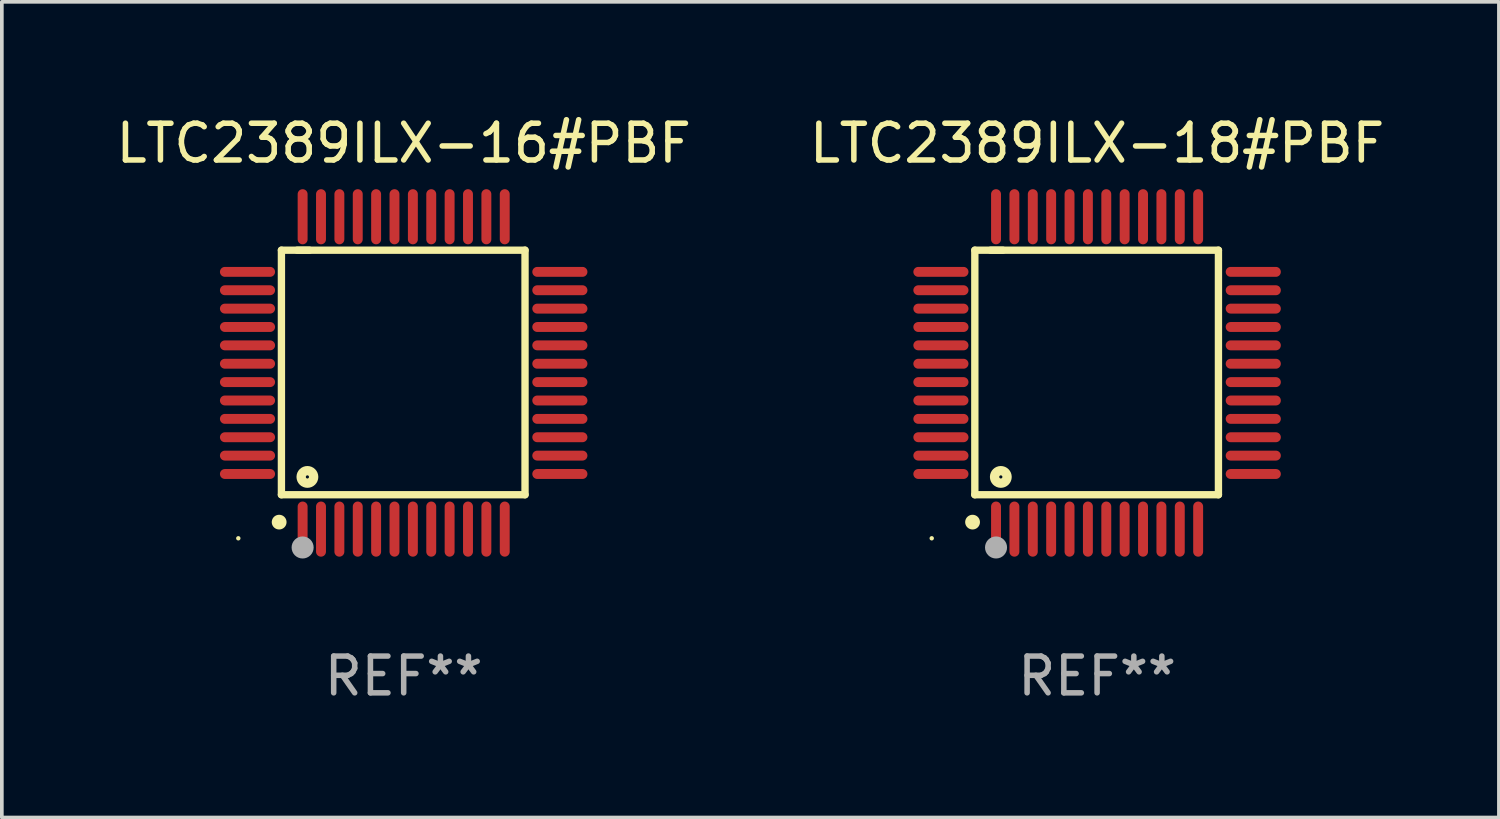
<source format=kicad_pcb>
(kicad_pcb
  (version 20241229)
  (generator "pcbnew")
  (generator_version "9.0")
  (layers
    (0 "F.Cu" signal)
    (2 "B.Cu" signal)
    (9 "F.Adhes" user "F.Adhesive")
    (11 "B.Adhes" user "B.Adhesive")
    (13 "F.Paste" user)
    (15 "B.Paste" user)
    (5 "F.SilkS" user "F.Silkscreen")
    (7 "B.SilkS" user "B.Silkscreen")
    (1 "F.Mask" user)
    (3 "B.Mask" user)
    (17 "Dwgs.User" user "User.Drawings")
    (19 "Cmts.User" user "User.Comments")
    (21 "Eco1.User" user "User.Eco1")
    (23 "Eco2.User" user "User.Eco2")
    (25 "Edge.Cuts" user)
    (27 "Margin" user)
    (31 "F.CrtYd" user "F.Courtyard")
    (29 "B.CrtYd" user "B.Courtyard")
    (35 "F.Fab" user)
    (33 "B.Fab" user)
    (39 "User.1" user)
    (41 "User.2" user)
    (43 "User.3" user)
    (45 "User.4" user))
  (footprint "LTC2389ILX-16#PBF"
    (layer "F.Cu")
    (at 7.935 7.098)
    (property "Reference" "LTC2389ILX-16#PBF" (at 0 -6.25 0) (layer "F.SilkS") (effects (font (size 1 1) (thickness 0.15))))
    (attr through_hole)
    (fp_line (start -3.327 -3.34) (end -2.565 -3.34) (stroke (width 0.2) (type solid)) (layer "F.SilkS"))
    (fp_line (start -3.327 3.315) (end -3.327 -3.34) (stroke (width 0.2) (type solid)) (layer "F.SilkS"))
    (fp_line (start -2.896 -3.34) (end 3.302 -3.34) (stroke (width 0.2) (type solid)) (layer "F.SilkS"))
    (fp_line (start 3.302 -3.34) (end 3.302 3.315) (stroke (width 0.2) (type solid)) (layer "F.SilkS"))
    (fp_line (start 3.302 3.315) (end -3.327 3.315) (stroke (width 0.2) (type solid)) (layer "F.SilkS"))
    (fp_arc (start -3.389992 4.059995) (mid -3.388722 4.059991) (end -3.387452 4.059995) (stroke (width 0.4) (type solid)) (layer "F.SilkS"))
    (fp_circle (center -4.5 4.5) (end -4.47 4.5) (stroke (width 0.06) (type solid)) (fill no) (layer "F.SilkS"))
    (fp_circle (center -2.62 2.83) (end -2.45 2.83) (stroke (width 0.254) (type solid)) (fill no) (layer "F.SilkS"))
    (fp_circle (center -2.75 4.75) (end -2.6 4.75) (stroke (width 0.3) (type solid)) (fill no) (layer "F.Fab"))
    (fp_text user "REF**" (at 0 8.25 0) (layer "F.Fab") (effects (font (size 1 1) (thickness 0.15))))
    (pad "1" smd oval (at -2.75 4.25) (size 0.27 1.5) (layers "F.Cu" "F.Mask" "F.Paste"))
    (pad "2" smd oval (at -2.25 4.25) (size 0.27 1.5) (layers "F.Cu" "F.Mask" "F.Paste"))
    (pad "3" smd oval (at -1.75 4.25) (size 0.27 1.5) (layers "F.Cu" "F.Mask" "F.Paste"))
    (pad "4" smd oval (at -1.25 4.25) (size 0.27 1.5) (layers "F.Cu" "F.Mask" "F.Paste"))
    (pad "5" smd oval (at -0.75 4.25) (size 0.27 1.5) (layers "F.Cu" "F.Mask" "F.Paste"))
    (pad "6" smd oval (at -0.25 4.25) (size 0.27 1.5) (layers "F.Cu" "F.Mask" "F.Paste"))
    (pad "7" smd oval (at 0.25 4.25) (size 0.27 1.5) (layers "F.Cu" "F.Mask" "F.Paste"))
    (pad "8" smd oval (at 0.75 4.25) (size 0.27 1.5) (layers "F.Cu" "F.Mask" "F.Paste"))
    (pad "9" smd oval (at 1.25 4.25) (size 0.27 1.5) (layers "F.Cu" "F.Mask" "F.Paste"))
    (pad "10" smd oval (at 1.75 4.25) (size 0.27 1.5) (layers "F.Cu" "F.Mask" "F.Paste"))
    (pad "11" smd oval (at 2.25 4.25) (size 0.27 1.5) (layers "F.Cu" "F.Mask" "F.Paste"))
    (pad "12" smd oval (at 2.75 4.25) (size 0.27 1.5) (layers "F.Cu" "F.Mask" "F.Paste"))
    (pad "13" smd oval (at 4.25 2.75) (size 1.5 0.27) (layers "F.Cu" "F.Mask" "F.Paste"))
    (pad "14" smd oval (at 4.25 2.25) (size 1.5 0.27) (layers "F.Cu" "F.Mask" "F.Paste"))
    (pad "15" smd oval (at 4.25 1.75) (size 1.5 0.27) (layers "F.Cu" "F.Mask" "F.Paste"))
    (pad "16" smd oval (at 4.25 1.25) (size 1.5 0.27) (layers "F.Cu" "F.Mask" "F.Paste"))
    (pad "17" smd oval (at 4.25 0.75) (size 1.5 0.27) (layers "F.Cu" "F.Mask" "F.Paste"))
    (pad "18" smd oval (at 4.25 0.25) (size 1.5 0.27) (layers "F.Cu" "F.Mask" "F.Paste"))
    (pad "19" smd oval (at 4.25 -0.25) (size 1.5 0.27) (layers "F.Cu" "F.Mask" "F.Paste"))
    (pad "20" smd oval (at 4.25 -0.75) (size 1.5 0.27) (layers "F.Cu" "F.Mask" "F.Paste"))
    (pad "21" smd oval (at 4.25 -1.25) (size 1.5 0.27) (layers "F.Cu" "F.Mask" "F.Paste"))
    (pad "22" smd oval (at 4.25 -1.75) (size 1.5 0.27) (layers "F.Cu" "F.Mask" "F.Paste"))
    (pad "23" smd oval (at 4.25 -2.25) (size 1.5 0.27) (layers "F.Cu" "F.Mask" "F.Paste"))
    (pad "24" smd oval (at 4.25 -2.75) (size 1.5 0.27) (layers "F.Cu" "F.Mask" "F.Paste"))
    (pad "25" smd oval (at 2.75 -4.25) (size 0.27 1.5) (layers "F.Cu" "F.Mask" "F.Paste"))
    (pad "26" smd oval (at 2.25 -4.25) (size 0.27 1.5) (layers "F.Cu" "F.Mask" "F.Paste"))
    (pad "27" smd oval (at 1.75 -4.25) (size 0.27 1.5) (layers "F.Cu" "F.Mask" "F.Paste"))
    (pad "28" smd oval (at 1.25 -4.25) (size 0.27 1.5) (layers "F.Cu" "F.Mask" "F.Paste"))
    (pad "29" smd oval (at 0.75 -4.25) (size 0.27 1.5) (layers "F.Cu" "F.Mask" "F.Paste"))
    (pad "30" smd oval (at 0.25 -4.25) (size 0.27 1.5) (layers "F.Cu" "F.Mask" "F.Paste"))
    (pad "31" smd oval (at -0.25 -4.25) (size 0.27 1.5) (layers "F.Cu" "F.Mask" "F.Paste"))
    (pad "32" smd oval (at -0.75 -4.25) (size 0.27 1.5) (layers "F.Cu" "F.Mask" "F.Paste"))
    (pad "33" smd oval (at -1.25 -4.25) (size 0.27 1.5) (layers "F.Cu" "F.Mask" "F.Paste"))
    (pad "34" smd oval (at -1.75 -4.25) (size 0.27 1.5) (layers "F.Cu" "F.Mask" "F.Paste"))
    (pad "35" smd oval (at -2.25 -4.25) (size 0.27 1.5) (layers "F.Cu" "F.Mask" "F.Paste"))
    (pad "36" smd oval (at -2.75 -4.25) (size 0.27 1.5) (layers "F.Cu" "F.Mask" "F.Paste"))
    (pad "37" smd oval (at -4.25 -2.75) (size 1.5 0.27) (layers "F.Cu" "F.Mask" "F.Paste"))
    (pad "38" smd oval (at -4.25 -2.25) (size 1.5 0.27) (layers "F.Cu" "F.Mask" "F.Paste"))
    (pad "39" smd oval (at -4.25 -1.75) (size 1.5 0.27) (layers "F.Cu" "F.Mask" "F.Paste"))
    (pad "40" smd oval (at -4.25 -1.25) (size 1.5 0.27) (layers "F.Cu" "F.Mask" "F.Paste"))
    (pad "41" smd oval (at -4.25 -0.75) (size 1.5 0.27) (layers "F.Cu" "F.Mask" "F.Paste"))
    (pad "42" smd oval (at -4.25 -0.25) (size 1.5 0.27) (layers "F.Cu" "F.Mask" "F.Paste"))
    (pad "43" smd oval (at -4.25 0.25) (size 1.5 0.27) (layers "F.Cu" "F.Mask" "F.Paste"))
    (pad "44" smd oval (at -4.25 0.75) (size 1.5 0.27) (layers "F.Cu" "F.Mask" "F.Paste"))
    (pad "45" smd oval (at -4.25 1.25) (size 1.5 0.27) (layers "F.Cu" "F.Mask" "F.Paste"))
    (pad "46" smd oval (at -4.25 1.75) (size 1.5 0.27) (layers "F.Cu" "F.Mask" "F.Paste"))
    (pad "47" smd oval (at -4.25 2.25) (size 1.5 0.27) (layers "F.Cu" "F.Mask" "F.Paste"))
    (pad "48" smd oval (at -4.25 2.75) (size 1.5 0.27) (layers "F.Cu" "F.Mask" "F.Paste")))
  (footprint "LTC2389ILX-18#PBF"
    (layer "F.Cu")
    (at 26.804 7.098)
    (property "Reference" "LTC2389ILX-18#PBF" (at 0 -6.25 0) (layer "F.SilkS") (effects (font (size 1 1) (thickness 0.15))))
    (attr through_hole)
    (fp_line (start -3.327 -3.34) (end -2.565 -3.34) (stroke (width 0.2) (type solid)) (layer "F.SilkS"))
    (fp_line (start -3.327 3.315) (end -3.327 -3.34) (stroke (width 0.2) (type solid)) (layer "F.SilkS"))
    (fp_line (start -2.896 -3.34) (end 3.302 -3.34) (stroke (width 0.2) (type solid)) (layer "F.SilkS"))
    (fp_line (start 3.302 -3.34) (end 3.302 3.315) (stroke (width 0.2) (type solid)) (layer "F.SilkS"))
    (fp_line (start 3.302 3.315) (end -3.327 3.315) (stroke (width 0.2) (type solid)) (layer "F.SilkS"))
    (fp_arc (start -3.389992 4.059995) (mid -3.388722 4.059991) (end -3.387452 4.059995) (stroke (width 0.4) (type solid)) (layer "F.SilkS"))
    (fp_circle (center -4.5 4.5) (end -4.47 4.5) (stroke (width 0.06) (type solid)) (fill no) (layer "F.SilkS"))
    (fp_circle (center -2.62 2.83) (end -2.45 2.83) (stroke (width 0.254) (type solid)) (fill no) (layer "F.SilkS"))
    (fp_circle (center -2.75 4.75) (end -2.6 4.75) (stroke (width 0.3) (type solid)) (fill no) (layer "F.Fab"))
    (fp_text user "REF**" (at 0 8.25 0) (layer "F.Fab") (effects (font (size 1 1) (thickness 0.15))))
    (pad "1" smd oval (at -2.75 4.25) (size 0.27 1.5) (layers "F.Cu" "F.Mask" "F.Paste"))
    (pad "2" smd oval (at -2.25 4.25) (size 0.27 1.5) (layers "F.Cu" "F.Mask" "F.Paste"))
    (pad "3" smd oval (at -1.75 4.25) (size 0.27 1.5) (layers "F.Cu" "F.Mask" "F.Paste"))
    (pad "4" smd oval (at -1.25 4.25) (size 0.27 1.5) (layers "F.Cu" "F.Mask" "F.Paste"))
    (pad "5" smd oval (at -0.75 4.25) (size 0.27 1.5) (layers "F.Cu" "F.Mask" "F.Paste"))
    (pad "6" smd oval (at -0.25 4.25) (size 0.27 1.5) (layers "F.Cu" "F.Mask" "F.Paste"))
    (pad "7" smd oval (at 0.25 4.25) (size 0.27 1.5) (layers "F.Cu" "F.Mask" "F.Paste"))
    (pad "8" smd oval (at 0.75 4.25) (size 0.27 1.5) (layers "F.Cu" "F.Mask" "F.Paste"))
    (pad "9" smd oval (at 1.25 4.25) (size 0.27 1.5) (layers "F.Cu" "F.Mask" "F.Paste"))
    (pad "10" smd oval (at 1.75 4.25) (size 0.27 1.5) (layers "F.Cu" "F.Mask" "F.Paste"))
    (pad "11" smd oval (at 2.25 4.25) (size 0.27 1.5) (layers "F.Cu" "F.Mask" "F.Paste"))
    (pad "12" smd oval (at 2.75 4.25) (size 0.27 1.5) (layers "F.Cu" "F.Mask" "F.Paste"))
    (pad "13" smd oval (at 4.25 2.75) (size 1.5 0.27) (layers "F.Cu" "F.Mask" "F.Paste"))
    (pad "14" smd oval (at 4.25 2.25) (size 1.5 0.27) (layers "F.Cu" "F.Mask" "F.Paste"))
    (pad "15" smd oval (at 4.25 1.75) (size 1.5 0.27) (layers "F.Cu" "F.Mask" "F.Paste"))
    (pad "16" smd oval (at 4.25 1.25) (size 1.5 0.27) (layers "F.Cu" "F.Mask" "F.Paste"))
    (pad "17" smd oval (at 4.25 0.75) (size 1.5 0.27) (layers "F.Cu" "F.Mask" "F.Paste"))
    (pad "18" smd oval (at 4.25 0.25) (size 1.5 0.27) (layers "F.Cu" "F.Mask" "F.Paste"))
    (pad "19" smd oval (at 4.25 -0.25) (size 1.5 0.27) (layers "F.Cu" "F.Mask" "F.Paste"))
    (pad "20" smd oval (at 4.25 -0.75) (size 1.5 0.27) (layers "F.Cu" "F.Mask" "F.Paste"))
    (pad "21" smd oval (at 4.25 -1.25) (size 1.5 0.27) (layers "F.Cu" "F.Mask" "F.Paste"))
    (pad "22" smd oval (at 4.25 -1.75) (size 1.5 0.27) (layers "F.Cu" "F.Mask" "F.Paste"))
    (pad "23" smd oval (at 4.25 -2.25) (size 1.5 0.27) (layers "F.Cu" "F.Mask" "F.Paste"))
    (pad "24" smd oval (at 4.25 -2.75) (size 1.5 0.27) (layers "F.Cu" "F.Mask" "F.Paste"))
    (pad "25" smd oval (at 2.75 -4.25) (size 0.27 1.5) (layers "F.Cu" "F.Mask" "F.Paste"))
    (pad "26" smd oval (at 2.25 -4.25) (size 0.27 1.5) (layers "F.Cu" "F.Mask" "F.Paste"))
    (pad "27" smd oval (at 1.75 -4.25) (size 0.27 1.5) (layers "F.Cu" "F.Mask" "F.Paste"))
    (pad "28" smd oval (at 1.25 -4.25) (size 0.27 1.5) (layers "F.Cu" "F.Mask" "F.Paste"))
    (pad "29" smd oval (at 0.75 -4.25) (size 0.27 1.5) (layers "F.Cu" "F.Mask" "F.Paste"))
    (pad "30" smd oval (at 0.25 -4.25) (size 0.27 1.5) (layers "F.Cu" "F.Mask" "F.Paste"))
    (pad "31" smd oval (at -0.25 -4.25) (size 0.27 1.5) (layers "F.Cu" "F.Mask" "F.Paste"))
    (pad "32" smd oval (at -0.75 -4.25) (size 0.27 1.5) (layers "F.Cu" "F.Mask" "F.Paste"))
    (pad "33" smd oval (at -1.25 -4.25) (size 0.27 1.5) (layers "F.Cu" "F.Mask" "F.Paste"))
    (pad "34" smd oval (at -1.75 -4.25) (size 0.27 1.5) (layers "F.Cu" "F.Mask" "F.Paste"))
    (pad "35" smd oval (at -2.25 -4.25) (size 0.27 1.5) (layers "F.Cu" "F.Mask" "F.Paste"))
    (pad "36" smd oval (at -2.75 -4.25) (size 0.27 1.5) (layers "F.Cu" "F.Mask" "F.Paste"))
    (pad "37" smd oval (at -4.25 -2.75) (size 1.5 0.27) (layers "F.Cu" "F.Mask" "F.Paste"))
    (pad "38" smd oval (at -4.25 -2.25) (size 1.5 0.27) (layers "F.Cu" "F.Mask" "F.Paste"))
    (pad "39" smd oval (at -4.25 -1.75) (size 1.5 0.27) (layers "F.Cu" "F.Mask" "F.Paste"))
    (pad "40" smd oval (at -4.25 -1.25) (size 1.5 0.27) (layers "F.Cu" "F.Mask" "F.Paste"))
    (pad "41" smd oval (at -4.25 -0.75) (size 1.5 0.27) (layers "F.Cu" "F.Mask" "F.Paste"))
    (pad "42" smd oval (at -4.25 -0.25) (size 1.5 0.27) (layers "F.Cu" "F.Mask" "F.Paste"))
    (pad "43" smd oval (at -4.25 0.25) (size 1.5 0.27) (layers "F.Cu" "F.Mask" "F.Paste"))
    (pad "44" smd oval (at -4.25 0.75) (size 1.5 0.27) (layers "F.Cu" "F.Mask" "F.Paste"))
    (pad "45" smd oval (at -4.25 1.25) (size 1.5 0.27) (layers "F.Cu" "F.Mask" "F.Paste"))
    (pad "46" smd oval (at -4.25 1.75) (size 1.5 0.27) (layers "F.Cu" "F.Mask" "F.Paste"))
    (pad "47" smd oval (at -4.25 2.25) (size 1.5 0.27) (layers "F.Cu" "F.Mask" "F.Paste"))
    (pad "48" smd oval (at -4.25 2.75) (size 1.5 0.27) (layers "F.Cu" "F.Mask" "F.Paste")))
  (gr_rect
    (start -3 -3)
    (end 37.738 19.196)
    (stroke (width 0.1) (type default))
    (fill no)
    (layer "Edge.Cuts")))
</source>
